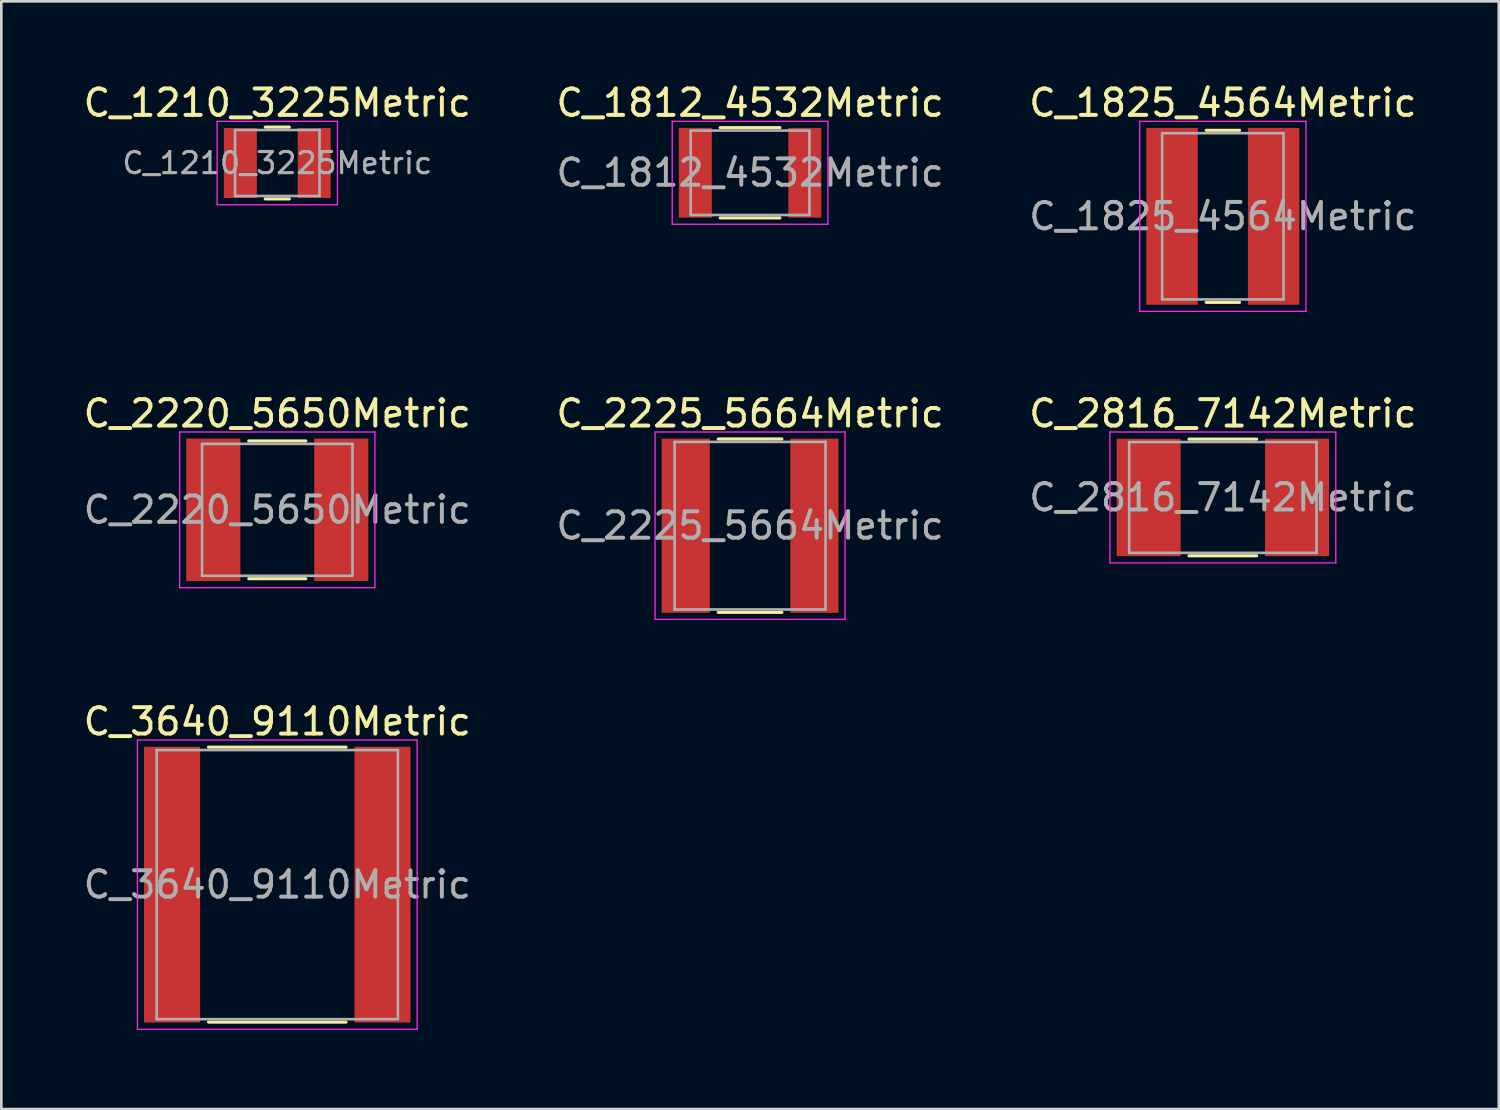
<source format=kicad_pcb>
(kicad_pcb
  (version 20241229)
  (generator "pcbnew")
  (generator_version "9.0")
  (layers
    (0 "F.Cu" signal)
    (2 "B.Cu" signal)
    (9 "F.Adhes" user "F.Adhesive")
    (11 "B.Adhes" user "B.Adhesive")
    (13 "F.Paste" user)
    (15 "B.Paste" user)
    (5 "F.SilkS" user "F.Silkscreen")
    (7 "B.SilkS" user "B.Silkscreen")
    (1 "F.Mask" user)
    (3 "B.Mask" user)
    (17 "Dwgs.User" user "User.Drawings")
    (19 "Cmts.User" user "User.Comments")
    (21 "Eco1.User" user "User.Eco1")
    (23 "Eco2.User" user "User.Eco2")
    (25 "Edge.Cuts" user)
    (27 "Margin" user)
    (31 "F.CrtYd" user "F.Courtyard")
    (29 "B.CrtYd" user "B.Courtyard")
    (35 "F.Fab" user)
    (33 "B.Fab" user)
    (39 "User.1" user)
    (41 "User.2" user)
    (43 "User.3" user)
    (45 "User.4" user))
  (footprint "C_1825_4564Metric"
    (layer "F.Cu")
    (at 43.292 5.148)
    (property "Reference" "C_1825_4564Metric" (at 0 -4.3 0) (layer "F.SilkS") (effects (font (size 1 1) (thickness 0.15))))
    (attr smd)
    (fp_line (start -0.63 -3.26) (end 0.63 -3.26) (stroke (width 0.12) (type solid)) (layer "F.SilkS"))
    (fp_line (start -0.63 3.26) (end 0.63 3.26) (stroke (width 0.12) (type solid)) (layer "F.SilkS"))
    (fp_line (start -3.15 -3.6) (end 3.15 -3.6) (stroke (width 0.05) (type solid)) (layer "F.CrtYd"))
    (fp_line (start -3.15 3.6) (end -3.15 -3.6) (stroke (width 0.05) (type solid)) (layer "F.CrtYd"))
    (fp_line (start 3.15 -3.6) (end 3.15 3.6) (stroke (width 0.05) (type solid)) (layer "F.CrtYd"))
    (fp_line (start 3.15 3.6) (end -3.15 3.6) (stroke (width 0.05) (type solid)) (layer "F.CrtYd"))
    (fp_line (start -2.3 -3.15) (end 2.3 -3.15) (stroke (width 0.1) (type solid)) (layer "F.Fab"))
    (fp_line (start -2.3 3.15) (end -2.3 -3.15) (stroke (width 0.1) (type solid)) (layer "F.Fab"))
    (fp_line (start 2.3 -3.15) (end 2.3 3.15) (stroke (width 0.1) (type solid)) (layer "F.Fab"))
    (fp_line (start 2.3 3.15) (end -2.3 3.15) (stroke (width 0.1) (type solid)) (layer "F.Fab"))
    (fp_text user "${REFERENCE}" (at 0 0 0) (layer "F.Fab") (effects (font (size 1 1) (thickness 0.15))))
    (pad "1" smd rect (at -1.925 0) (size 1.95 6.7) (layers "F.Cu" "F.Mask" "F.Paste"))
    (pad "2" smd rect (at 1.925 0) (size 1.95 6.7) (layers "F.Cu" "F.Mask" "F.Paste")))
  (footprint "C_3640_9110Metric"
    (layer "F.Cu")
    (at 7.458 30.475)
    (property "Reference" "C_3640_9110Metric" (at 0 -6.18 0) (layer "F.SilkS") (effects (font (size 1 1) (thickness 0.15))))
    (attr smd)
    (fp_line (start -2.605 -5.21) (end 2.605 -5.21) (stroke (width 0.12) (type solid)) (layer "F.SilkS"))
    (fp_line (start -2.605 5.21) (end 2.605 5.21) (stroke (width 0.12) (type solid)) (layer "F.SilkS"))
    (fp_line (start -5.3 -5.48) (end 5.3 -5.48) (stroke (width 0.05) (type solid)) (layer "F.CrtYd"))
    (fp_line (start -5.3 5.48) (end -5.3 -5.48) (stroke (width 0.05) (type solid)) (layer "F.CrtYd"))
    (fp_line (start 5.3 -5.48) (end 5.3 5.48) (stroke (width 0.05) (type solid)) (layer "F.CrtYd"))
    (fp_line (start 5.3 5.48) (end -5.3 5.48) (stroke (width 0.05) (type solid)) (layer "F.CrtYd"))
    (fp_line (start -4.57 -5.1) (end 4.57 -5.1) (stroke (width 0.1) (type solid)) (layer "F.Fab"))
    (fp_line (start -4.57 5.1) (end -4.57 -5.1) (stroke (width 0.1) (type solid)) (layer "F.Fab"))
    (fp_line (start 4.57 -5.1) (end 4.57 5.1) (stroke (width 0.1) (type solid)) (layer "F.Fab"))
    (fp_line (start 4.57 5.1) (end -4.57 5.1) (stroke (width 0.1) (type solid)) (layer "F.Fab"))
    (fp_text user "${REFERENCE}" (at 0 0 0) (layer "F.Fab") (effects (font (size 1 1) (thickness 0.15))))
    (pad "1" smd rect (at -3.987 0) (size 2.125 10.45) (layers "F.Cu" "F.Mask" "F.Paste"))
    (pad "2" smd rect (at 3.987 0) (size 2.125 10.45) (layers "F.Cu" "F.Mask" "F.Paste")))
  (footprint "C_2220_5650Metric"
    (layer "F.Cu")
    (at 7.458 16.271)
    (property "Reference" "C_2220_5650Metric" (at 0 -3.65 0) (layer "F.SilkS") (effects (font (size 1 1) (thickness 0.15))))
    (attr smd)
    (fp_line (start -1.08 -2.61) (end 1.08 -2.61) (stroke (width 0.12) (type solid)) (layer "F.SilkS"))
    (fp_line (start -1.08 2.61) (end 1.08 2.61) (stroke (width 0.12) (type solid)) (layer "F.SilkS"))
    (fp_line (start -3.7 -2.95) (end 3.7 -2.95) (stroke (width 0.05) (type solid)) (layer "F.CrtYd"))
    (fp_line (start -3.7 2.95) (end -3.7 -2.95) (stroke (width 0.05) (type solid)) (layer "F.CrtYd"))
    (fp_line (start 3.7 -2.95) (end 3.7 2.95) (stroke (width 0.05) (type solid)) (layer "F.CrtYd"))
    (fp_line (start 3.7 2.95) (end -3.7 2.95) (stroke (width 0.05) (type solid)) (layer "F.CrtYd"))
    (fp_line (start -2.85 -2.5) (end 2.85 -2.5) (stroke (width 0.1) (type solid)) (layer "F.Fab"))
    (fp_line (start -2.85 2.5) (end -2.85 -2.5) (stroke (width 0.1) (type solid)) (layer "F.Fab"))
    (fp_line (start 2.85 -2.5) (end 2.85 2.5) (stroke (width 0.1) (type solid)) (layer "F.Fab"))
    (fp_line (start 2.85 2.5) (end -2.85 2.5) (stroke (width 0.1) (type solid)) (layer "F.Fab"))
    (fp_text user "${REFERENCE}" (at 0 0 0) (layer "F.Fab") (effects (font (size 1 1) (thickness 0.15))))
    (pad "1" smd rect (at -2.425 0) (size 2.05 5.4) (layers "F.Cu" "F.Mask" "F.Paste"))
    (pad "2" smd rect (at 2.425 0) (size 2.05 5.4) (layers "F.Cu" "F.Mask" "F.Paste")))
  (footprint "C_2225_5664Metric"
    (layer "F.Cu")
    (at 25.375 16.872)
    (property "Reference" "C_2225_5664Metric" (at 0 -4.25 0) (layer "F.SilkS") (effects (font (size 1 1) (thickness 0.15))))
    (attr smd)
    (fp_line (start -1.205 -3.285) (end 1.205 -3.285) (stroke (width 0.12) (type solid)) (layer "F.SilkS"))
    (fp_line (start -1.205 3.285) (end 1.205 3.285) (stroke (width 0.12) (type solid)) (layer "F.SilkS"))
    (fp_line (start -3.6 -3.55) (end 3.6 -3.55) (stroke (width 0.05) (type solid)) (layer "F.CrtYd"))
    (fp_line (start -3.6 3.55) (end -3.6 -3.55) (stroke (width 0.05) (type solid)) (layer "F.CrtYd"))
    (fp_line (start 3.6 -3.55) (end 3.6 3.55) (stroke (width 0.05) (type solid)) (layer "F.CrtYd"))
    (fp_line (start 3.6 3.55) (end -3.6 3.55) (stroke (width 0.05) (type solid)) (layer "F.CrtYd"))
    (fp_line (start -2.86 -3.175) (end 2.86 -3.175) (stroke (width 0.1) (type solid)) (layer "F.Fab"))
    (fp_line (start -2.86 3.175) (end -2.86 -3.175) (stroke (width 0.1) (type solid)) (layer "F.Fab"))
    (fp_line (start 2.86 -3.175) (end 2.86 3.175) (stroke (width 0.1) (type solid)) (layer "F.Fab"))
    (fp_line (start 2.86 3.175) (end -2.86 3.175) (stroke (width 0.1) (type solid)) (layer "F.Fab"))
    (fp_text user "${REFERENCE}" (at 0 0 0) (layer "F.Fab") (effects (font (size 1 1) (thickness 0.15))))
    (pad "1" smd rect (at -2.438 0) (size 1.825 6.6) (layers "F.Cu" "F.Mask" "F.Paste"))
    (pad "2" smd rect (at 2.438 0) (size 1.825 6.6) (layers "F.Cu" "F.Mask" "F.Paste")))
  (footprint "C_2816_7142Metric"
    (layer "F.Cu")
    (at 43.292 15.802)
    (property "Reference" "C_2816_7142Metric" (at 0 -3.18 0) (layer "F.SilkS") (effects (font (size 1 1) (thickness 0.15))))
    (attr smd)
    (fp_line (start -1.28 -2.21) (end 1.28 -2.21) (stroke (width 0.12) (type solid)) (layer "F.SilkS"))
    (fp_line (start -1.28 2.21) (end 1.28 2.21) (stroke (width 0.12) (type solid)) (layer "F.SilkS"))
    (fp_line (start -4.28 -2.48) (end 4.28 -2.48) (stroke (width 0.05) (type solid)) (layer "F.CrtYd"))
    (fp_line (start -4.28 2.48) (end -4.28 -2.48) (stroke (width 0.05) (type solid)) (layer "F.CrtYd"))
    (fp_line (start 4.28 -2.48) (end 4.28 2.48) (stroke (width 0.05) (type solid)) (layer "F.CrtYd"))
    (fp_line (start 4.28 2.48) (end -4.28 2.48) (stroke (width 0.05) (type solid)) (layer "F.CrtYd"))
    (fp_line (start -3.55 -2.1) (end 3.55 -2.1) (stroke (width 0.1) (type solid)) (layer "F.Fab"))
    (fp_line (start -3.55 2.1) (end -3.55 -2.1) (stroke (width 0.1) (type solid)) (layer "F.Fab"))
    (fp_line (start 3.55 -2.1) (end 3.55 2.1) (stroke (width 0.1) (type solid)) (layer "F.Fab"))
    (fp_line (start 3.55 2.1) (end -3.55 2.1) (stroke (width 0.1) (type solid)) (layer "F.Fab"))
    (fp_text user "${REFERENCE}" (at 0 0 0) (layer "F.Fab") (effects (font (size 1 1) (thickness 0.15))))
    (pad "1" smd rect (at -2.812 0) (size 2.425 4.45) (layers "F.Cu" "F.Mask" "F.Paste"))
    (pad "2" smd rect (at 2.812 0) (size 2.425 4.45) (layers "F.Cu" "F.Mask" "F.Paste")))
  (footprint "C_1812_4532Metric"
    (layer "F.Cu")
    (at 25.375 3.498)
    (property "Reference" "C_1812_4532Metric" (at 0 -2.65 0) (layer "F.SilkS") (effects (font (size 1 1) (thickness 0.15))))
    (attr smd)
    (fp_line (start -1.13 -1.71) (end 1.13 -1.71) (stroke (width 0.12) (type solid)) (layer "F.SilkS"))
    (fp_line (start -1.13 1.71) (end 1.13 1.71) (stroke (width 0.12) (type solid)) (layer "F.SilkS"))
    (fp_line (start -2.95 -1.95) (end 2.95 -1.95) (stroke (width 0.05) (type solid)) (layer "F.CrtYd"))
    (fp_line (start -2.95 1.95) (end -2.95 -1.95) (stroke (width 0.05) (type solid)) (layer "F.CrtYd"))
    (fp_line (start 2.95 -1.95) (end 2.95 1.95) (stroke (width 0.05) (type solid)) (layer "F.CrtYd"))
    (fp_line (start 2.95 1.95) (end -2.95 1.95) (stroke (width 0.05) (type solid)) (layer "F.CrtYd"))
    (fp_line (start -2.25 -1.6) (end 2.25 -1.6) (stroke (width 0.1) (type solid)) (layer "F.Fab"))
    (fp_line (start -2.25 1.6) (end -2.25 -1.6) (stroke (width 0.1) (type solid)) (layer "F.Fab"))
    (fp_line (start 2.25 -1.6) (end 2.25 1.6) (stroke (width 0.1) (type solid)) (layer "F.Fab"))
    (fp_line (start 2.25 1.6) (end -2.25 1.6) (stroke (width 0.1) (type solid)) (layer "F.Fab"))
    (fp_text user "${REFERENCE}" (at 0 0 0) (layer "F.Fab") (effects (font (size 1 1) (thickness 0.15))))
    (pad "1" smd rect (at -2.075 0) (size 1.25 3.4) (layers "F.Cu" "F.Mask" "F.Paste"))
    (pad "2" smd rect (at 2.075 0) (size 1.25 3.4) (layers "F.Cu" "F.Mask" "F.Paste")))
  (footprint "C_1210_3225Metric"
    (layer "F.Cu")
    (at 7.458 3.128)
    (property "Reference" "C_1210_3225Metric" (at 0 -2.28 0) (layer "F.SilkS") (effects (font (size 1 1) (thickness 0.15))))
    (attr smd)
    (fp_line (start -0.455 -1.36) (end 0.455 -1.36) (stroke (width 0.12) (type solid)) (layer "F.SilkS"))
    (fp_line (start -0.455 1.36) (end 0.455 1.36) (stroke (width 0.12) (type solid)) (layer "F.SilkS"))
    (fp_line (start -2.28 -1.58) (end 2.28 -1.58) (stroke (width 0.05) (type solid)) (layer "F.CrtYd"))
    (fp_line (start -2.28 1.58) (end -2.28 -1.58) (stroke (width 0.05) (type solid)) (layer "F.CrtYd"))
    (fp_line (start 2.28 -1.58) (end 2.28 1.58) (stroke (width 0.05) (type solid)) (layer "F.CrtYd"))
    (fp_line (start 2.28 1.58) (end -2.28 1.58) (stroke (width 0.05) (type solid)) (layer "F.CrtYd"))
    (fp_line (start -1.6 -1.25) (end 1.6 -1.25) (stroke (width 0.1) (type solid)) (layer "F.Fab"))
    (fp_line (start -1.6 1.25) (end -1.6 -1.25) (stroke (width 0.1) (type solid)) (layer "F.Fab"))
    (fp_line (start 1.6 -1.25) (end 1.6 1.25) (stroke (width 0.1) (type solid)) (layer "F.Fab"))
    (fp_line (start 1.6 1.25) (end -1.6 1.25) (stroke (width 0.1) (type solid)) (layer "F.Fab"))
    (fp_text user "${REFERENCE}" (at 0 0 0) (layer "F.Fab") (effects (font (size 0.8 0.8) (thickness 0.12))))
    (pad "1" smd rect (at -1.4 0) (size 1.25 2.65) (layers "F.Cu" "F.Mask" "F.Paste"))
    (pad "2" smd rect (at 1.4 0) (size 1.25 2.65) (layers "F.Cu" "F.Mask" "F.Paste")))
  (gr_rect
    (start -3 -3)
    (end 53.75 38.98)
    (stroke (width 0.1) (type default))
    (fill no)
    (layer "Edge.Cuts")))
</source>
